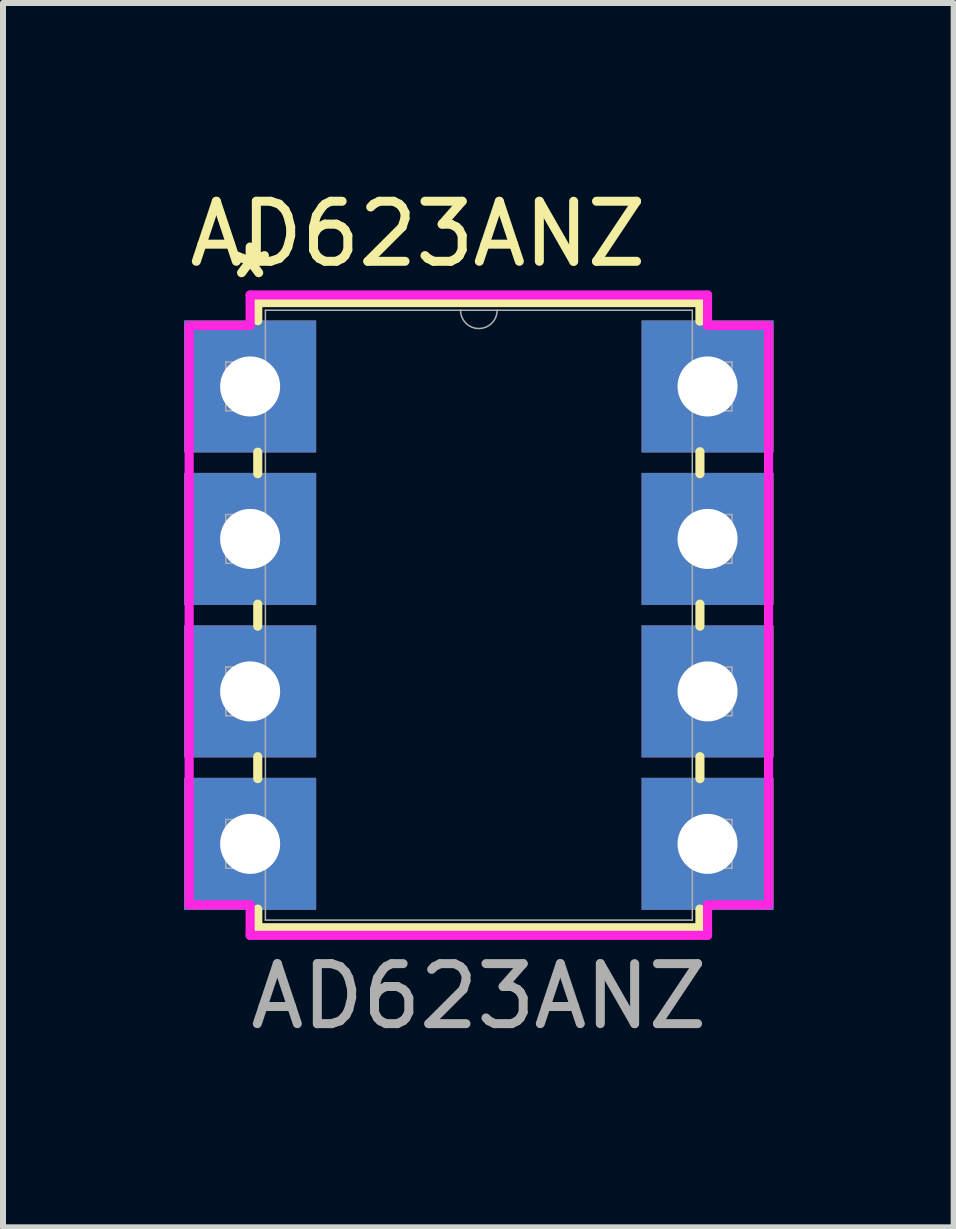
<source format=kicad_pcb>
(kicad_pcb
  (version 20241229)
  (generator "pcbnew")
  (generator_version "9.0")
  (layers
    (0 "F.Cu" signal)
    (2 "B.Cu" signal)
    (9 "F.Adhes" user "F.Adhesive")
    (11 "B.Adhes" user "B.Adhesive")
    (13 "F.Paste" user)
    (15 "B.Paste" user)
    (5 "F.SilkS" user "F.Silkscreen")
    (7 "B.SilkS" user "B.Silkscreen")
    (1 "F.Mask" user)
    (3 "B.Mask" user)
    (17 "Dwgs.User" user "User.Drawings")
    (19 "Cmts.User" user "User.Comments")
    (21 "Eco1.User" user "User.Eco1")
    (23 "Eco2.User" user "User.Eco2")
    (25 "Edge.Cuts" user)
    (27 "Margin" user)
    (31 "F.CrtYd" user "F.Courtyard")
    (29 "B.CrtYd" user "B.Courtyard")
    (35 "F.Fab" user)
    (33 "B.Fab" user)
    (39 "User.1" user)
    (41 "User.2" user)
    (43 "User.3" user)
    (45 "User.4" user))
  (footprint "AD623ANZ"
    (layer "F.Cu")
    (at 1.117 3.388)
    (property "Reference" "AD623ANZ" (at 2.794 -2.54 0) (unlocked yes) (layer "F.SilkS") (effects (font (size 1 1) (thickness 0.15))))
    (attr through_hole)
    (fp_line (start 0.127 -1.397) (end 0.127 -1.095) (stroke (width 0.152) (type solid)) (layer "F.SilkS"))
    (fp_line (start 0.127 1.095) (end 0.127 1.453) (stroke (width 0.152) (type solid)) (layer "F.SilkS"))
    (fp_line (start 0.127 3.627) (end 0.127 3.993) (stroke (width 0.152) (type solid)) (layer "F.SilkS"))
    (fp_line (start 0.127 6.167) (end 0.127 6.533) (stroke (width 0.152) (type solid)) (layer "F.SilkS"))
    (fp_line (start 0.127 8.707) (end 0.127 9.017) (stroke (width 0.152) (type solid)) (layer "F.SilkS"))
    (fp_line (start 0.127 9.017) (end 7.493 9.017) (stroke (width 0.152) (type solid)) (layer "F.SilkS"))
    (fp_line (start 7.493 -1.397) (end 0.127 -1.397) (stroke (width 0.152) (type solid)) (layer "F.SilkS"))
    (fp_line (start 7.493 -1.087) (end 7.493 -1.397) (stroke (width 0.152) (type solid)) (layer "F.SilkS"))
    (fp_line (start 7.493 1.453) (end 7.493 1.087) (stroke (width 0.152) (type solid)) (layer "F.SilkS"))
    (fp_line (start 7.493 3.993) (end 7.493 3.627) (stroke (width 0.152) (type solid)) (layer "F.SilkS"))
    (fp_line (start 7.493 6.533) (end 7.493 6.167) (stroke (width 0.152) (type solid)) (layer "F.SilkS"))
    (fp_line (start 7.493 9.017) (end 7.493 8.707) (stroke (width 0.152) (type solid)) (layer "F.SilkS"))
    (fp_line (start -1.016 -1.016) (end 0 -1.016) (stroke (width 0.152) (type solid)) (layer "F.CrtYd"))
    (fp_line (start -1.016 8.636) (end -1.016 -1.016) (stroke (width 0.152) (type solid)) (layer "F.CrtYd"))
    (fp_line (start 0 -1.524) (end 7.62 -1.524) (stroke (width 0.152) (type solid)) (layer "F.CrtYd"))
    (fp_line (start 0 -1.016) (end 0 -1.524) (stroke (width 0.152) (type solid)) (layer "F.CrtYd"))
    (fp_line (start 0 8.636) (end -1.016 8.636) (stroke (width 0.152) (type solid)) (layer "F.CrtYd"))
    (fp_line (start 0 9.144) (end 0 8.636) (stroke (width 0.152) (type solid)) (layer "F.CrtYd"))
    (fp_line (start 7.62 -1.524) (end 7.62 -1.016) (stroke (width 0.152) (type solid)) (layer "F.CrtYd"))
    (fp_line (start 7.62 8.636) (end 7.62 9.144) (stroke (width 0.152) (type solid)) (layer "F.CrtYd"))
    (fp_line (start 7.62 9.144) (end 0 9.144) (stroke (width 0.152) (type solid)) (layer "F.CrtYd"))
    (fp_line (start 8.636 -1.016) (end 7.62 -1.016) (stroke (width 0.152) (type solid)) (layer "F.CrtYd"))
    (fp_line (start 8.636 -1.016) (end 8.636 8.636) (stroke (width 0.152) (type solid)) (layer "F.CrtYd"))
    (fp_line (start 8.636 8.636) (end 7.62 8.636) (stroke (width 0.152) (type solid)) (layer "F.CrtYd"))
    (fp_line (start -0.406 -0.406) (end -0.406 0.406) (stroke (width 0.025) (type solid)) (layer "F.Fab"))
    (fp_line (start -0.406 0.406) (end 0.254 0.406) (stroke (width 0.025) (type solid)) (layer "F.Fab"))
    (fp_line (start -0.406 2.134) (end -0.406 2.946) (stroke (width 0.025) (type solid)) (layer "F.Fab"))
    (fp_line (start -0.406 2.946) (end 0.254 2.946) (stroke (width 0.025) (type solid)) (layer "F.Fab"))
    (fp_line (start -0.406 4.674) (end -0.406 5.486) (stroke (width 0.025) (type solid)) (layer "F.Fab"))
    (fp_line (start -0.406 5.486) (end 0.254 5.486) (stroke (width 0.025) (type solid)) (layer "F.Fab"))
    (fp_line (start -0.406 7.214) (end -0.406 8.026) (stroke (width 0.025) (type solid)) (layer "F.Fab"))
    (fp_line (start -0.406 8.026) (end 0.254 8.026) (stroke (width 0.025) (type solid)) (layer "F.Fab"))
    (fp_line (start 0.254 -1.27) (end 0.254 8.89) (stroke (width 0.025) (type solid)) (layer "F.Fab"))
    (fp_line (start 0.254 -0.406) (end -0.406 -0.406) (stroke (width 0.025) (type solid)) (layer "F.Fab"))
    (fp_line (start 0.254 0.406) (end 0.254 -0.406) (stroke (width 0.025) (type solid)) (layer "F.Fab"))
    (fp_line (start 0.254 2.134) (end -0.406 2.134) (stroke (width 0.025) (type solid)) (layer "F.Fab"))
    (fp_line (start 0.254 2.946) (end 0.254 2.134) (stroke (width 0.025) (type solid)) (layer "F.Fab"))
    (fp_line (start 0.254 4.674) (end -0.406 4.674) (stroke (width 0.025) (type solid)) (layer "F.Fab"))
    (fp_line (start 0.254 5.486) (end 0.254 4.674) (stroke (width 0.025) (type solid)) (layer "F.Fab"))
    (fp_line (start 0.254 7.214) (end -0.406 7.214) (stroke (width 0.025) (type solid)) (layer "F.Fab"))
    (fp_line (start 0.254 8.026) (end 0.254 7.214) (stroke (width 0.025) (type solid)) (layer "F.Fab"))
    (fp_line (start 0.254 8.89) (end 7.366 8.89) (stroke (width 0.025) (type solid)) (layer "F.Fab"))
    (fp_line (start 7.366 -1.27) (end 0.254 -1.27) (stroke (width 0.025) (type solid)) (layer "F.Fab"))
    (fp_line (start 7.366 -0.406) (end 7.366 0.406) (stroke (width 0.025) (type solid)) (layer "F.Fab"))
    (fp_line (start 7.366 0.406) (end 8.026 0.406) (stroke (width 0.025) (type solid)) (layer "F.Fab"))
    (fp_line (start 7.366 2.134) (end 7.366 2.946) (stroke (width 0.025) (type solid)) (layer "F.Fab"))
    (fp_line (start 7.366 2.946) (end 8.026 2.946) (stroke (width 0.025) (type solid)) (layer "F.Fab"))
    (fp_line (start 7.366 4.674) (end 7.366 5.486) (stroke (width 0.025) (type solid)) (layer "F.Fab"))
    (fp_line (start 7.366 5.486) (end 8.026 5.486) (stroke (width 0.025) (type solid)) (layer "F.Fab"))
    (fp_line (start 7.366 7.214) (end 7.366 8.026) (stroke (width 0.025) (type solid)) (layer "F.Fab"))
    (fp_line (start 7.366 8.026) (end 8.026 8.026) (stroke (width 0.025) (type solid)) (layer "F.Fab"))
    (fp_line (start 7.366 8.89) (end 7.366 -1.27) (stroke (width 0.025) (type solid)) (layer "F.Fab"))
    (fp_line (start 8.026 -0.406) (end 7.366 -0.406) (stroke (width 0.025) (type solid)) (layer "F.Fab"))
    (fp_line (start 8.026 0.406) (end 8.026 -0.406) (stroke (width 0.025) (type solid)) (layer "F.Fab"))
    (fp_line (start 8.026 2.134) (end 7.366 2.134) (stroke (width 0.025) (type solid)) (layer "F.Fab"))
    (fp_line (start 8.026 2.946) (end 8.026 2.134) (stroke (width 0.025) (type solid)) (layer "F.Fab"))
    (fp_line (start 8.026 4.674) (end 7.366 4.674) (stroke (width 0.025) (type solid)) (layer "F.Fab"))
    (fp_line (start 8.026 5.486) (end 8.026 4.674) (stroke (width 0.025) (type solid)) (layer "F.Fab"))
    (fp_line (start 8.026 7.214) (end 7.366 7.214) (stroke (width 0.025) (type solid)) (layer "F.Fab"))
    (fp_line (start 8.026 8.026) (end 8.026 7.214) (stroke (width 0.025) (type solid)) (layer "F.Fab"))
    (fp_arc (start 4.1148 -1.27) (mid 3.81 -0.9652) (end 3.5052 -1.27) (stroke (width 0.0254) (type solid)) (layer "F.Fab"))
    (fp_text user "*" (at 0 -1.778 0) (unlocked yes) (layer "F.SilkS") (effects (font (size 1 1) (thickness 0.15))))
    (fp_text user "${REFERENCE}" (at 3.81 10.16 0) (unlocked yes) (layer "F.Fab") (effects (font (size 1 1) (thickness 0.15))))
    (pad "1" thru_hole rect (at 0 0) (size 2.2 2.2) (drill 1) (layers "*.Cu" "*.Mask"))
    (pad "2" thru_hole rect (at 0 2.54) (size 2.2 2.2) (drill 1) (layers "*.Cu" "*.Mask"))
    (pad "3" thru_hole rect (at 0 5.08) (size 2.2 2.2) (drill 1) (layers "*.Cu" "*.Mask"))
    (pad "4" thru_hole rect (at 0 7.62) (size 2.2 2.2) (drill 1) (layers "*.Cu" "*.Mask"))
    (pad "5" thru_hole rect (at 7.62 7.62) (size 2.2 2.2) (drill 1) (layers "*.Cu" "*.Mask"))
    (pad "6" thru_hole rect (at 7.62 5.08) (size 2.2 2.2) (drill 1) (layers "*.Cu" "*.Mask"))
    (pad "7" thru_hole rect (at 7.62 2.54) (size 2.2 2.2) (drill 1) (layers "*.Cu" "*.Mask"))
    (pad "8" thru_hole rect (at 7.62 0) (size 2.2 2.2) (drill 1) (layers "*.Cu" "*.Mask")))
  (gr_rect
    (start -3 -3)
    (end 12.837 17.396)
    (stroke (width 0.1) (type default))
    (fill no)
    (layer "Edge.Cuts")))
</source>
